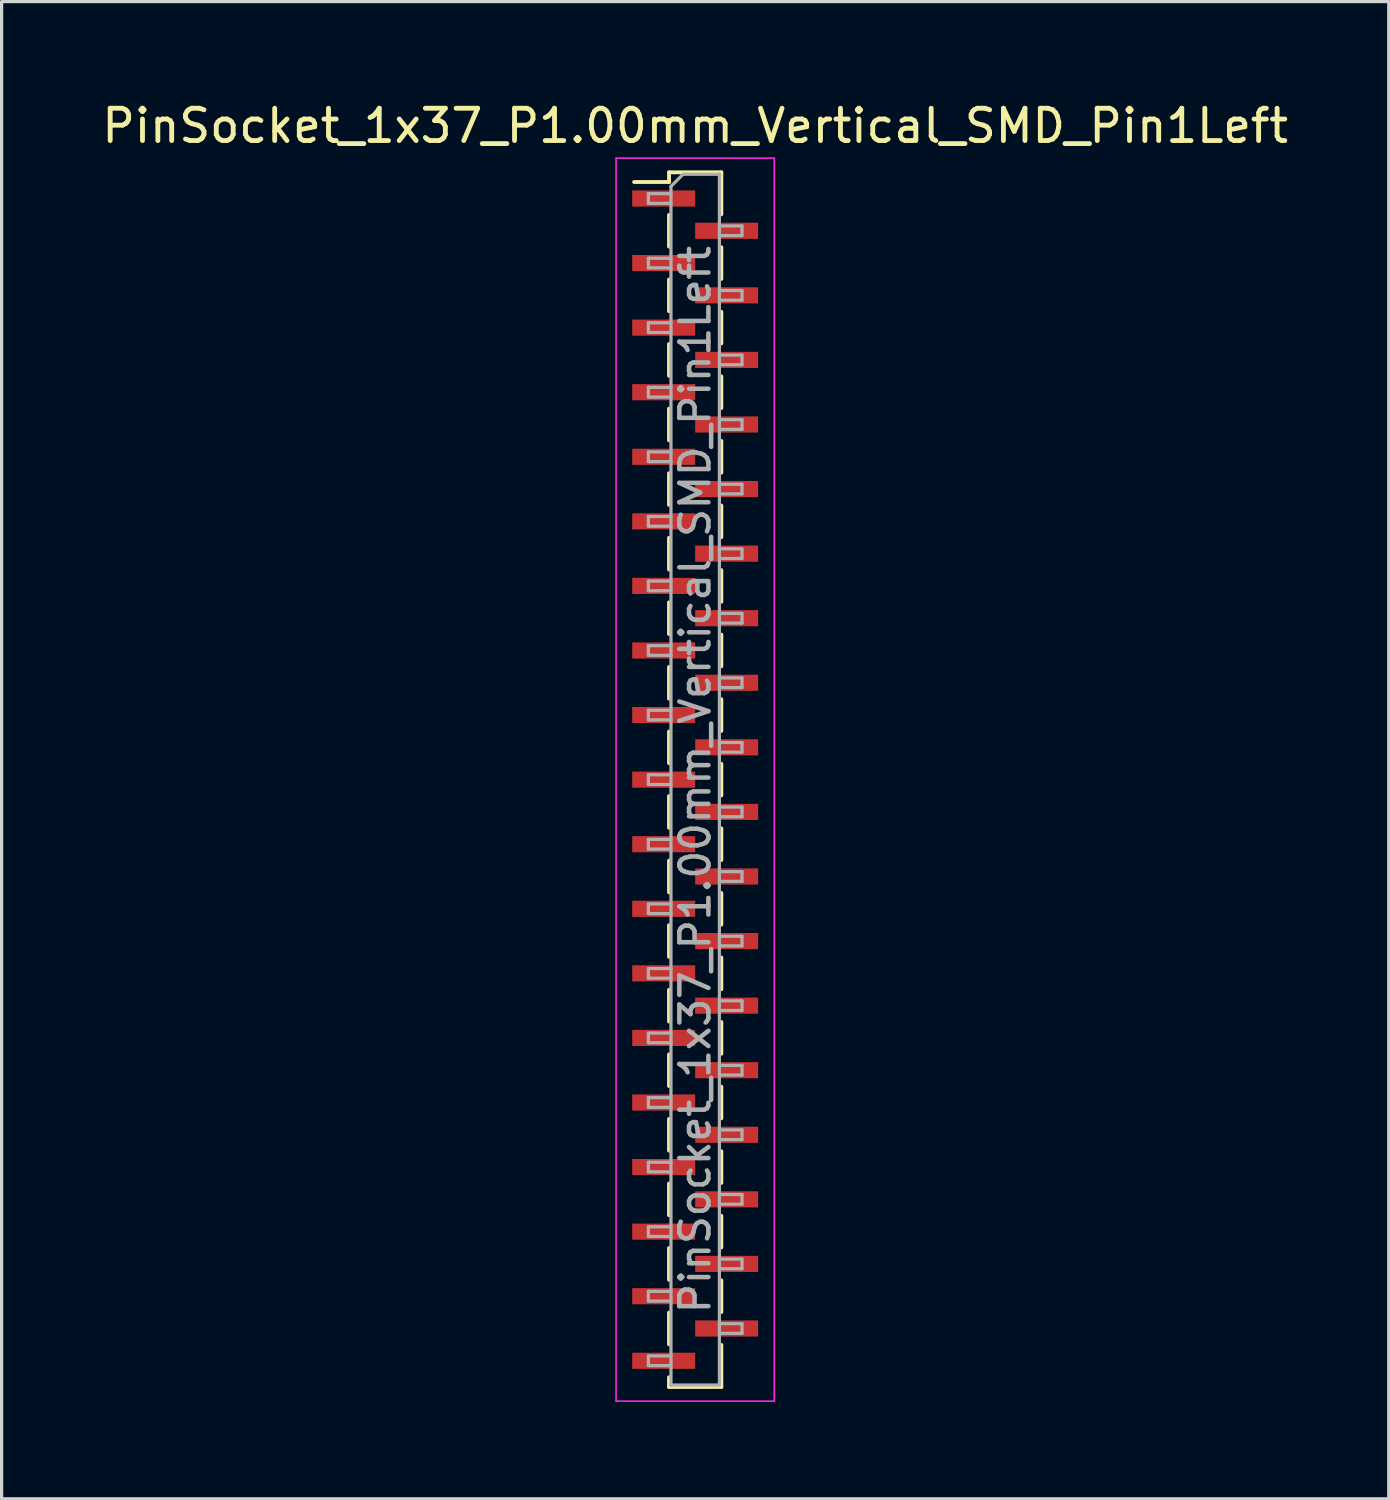
<source format=kicad_pcb>
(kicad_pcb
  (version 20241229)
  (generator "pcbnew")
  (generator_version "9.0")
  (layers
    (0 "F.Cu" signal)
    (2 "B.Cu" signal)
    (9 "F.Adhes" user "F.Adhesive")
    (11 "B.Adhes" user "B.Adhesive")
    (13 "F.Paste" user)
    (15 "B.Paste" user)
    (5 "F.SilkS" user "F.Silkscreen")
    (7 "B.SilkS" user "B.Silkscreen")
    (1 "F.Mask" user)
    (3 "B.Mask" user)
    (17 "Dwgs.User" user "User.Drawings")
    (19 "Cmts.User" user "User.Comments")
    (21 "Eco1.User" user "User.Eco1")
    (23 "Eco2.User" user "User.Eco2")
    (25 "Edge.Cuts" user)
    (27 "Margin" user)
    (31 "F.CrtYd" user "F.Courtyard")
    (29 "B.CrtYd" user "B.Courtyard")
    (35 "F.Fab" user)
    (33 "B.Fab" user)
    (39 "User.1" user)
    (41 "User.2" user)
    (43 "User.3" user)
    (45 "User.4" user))
  (footprint "PinSocket_1x37_P1.00mm_Vertical_SMD_Pin1Left"
    (layer "F.Cu")
    (at 18.482 21.098)
    (property "Reference" "PinSocket_1x37_P1.00mm_Vertical_SMD_Pin1Left" (at 0 -20.25 0) (layer "F.SilkS") (effects (font (size 1 1) (thickness 0.15))))
    (attr smd)
    (fp_line (start -1.89 -18.51) (end -0.81 -18.51) (stroke (width 0.12) (type solid)) (layer "F.SilkS"))
    (fp_line (start -0.81 -18.81) (end -0.81 -18.51) (stroke (width 0.12) (type solid)) (layer "F.SilkS"))
    (fp_line (start -0.81 -18.81) (end 0.81 -18.81) (stroke (width 0.12) (type solid)) (layer "F.SilkS"))
    (fp_line (start -0.81 -17.49) (end -0.81 -16.51) (stroke (width 0.12) (type solid)) (layer "F.SilkS"))
    (fp_line (start -0.81 -15.49) (end -0.81 -14.51) (stroke (width 0.12) (type solid)) (layer "F.SilkS"))
    (fp_line (start -0.81 -13.49) (end -0.81 -12.51) (stroke (width 0.12) (type solid)) (layer "F.SilkS"))
    (fp_line (start -0.81 -11.49) (end -0.81 -10.51) (stroke (width 0.12) (type solid)) (layer "F.SilkS"))
    (fp_line (start -0.81 -9.49) (end -0.81 -8.51) (stroke (width 0.12) (type solid)) (layer "F.SilkS"))
    (fp_line (start -0.81 -7.49) (end -0.81 -6.51) (stroke (width 0.12) (type solid)) (layer "F.SilkS"))
    (fp_line (start -0.81 -5.49) (end -0.81 -4.51) (stroke (width 0.12) (type solid)) (layer "F.SilkS"))
    (fp_line (start -0.81 -3.49) (end -0.81 -2.51) (stroke (width 0.12) (type solid)) (layer "F.SilkS"))
    (fp_line (start -0.81 -1.49) (end -0.81 -0.51) (stroke (width 0.12) (type solid)) (layer "F.SilkS"))
    (fp_line (start -0.81 0.51) (end -0.81 1.49) (stroke (width 0.12) (type solid)) (layer "F.SilkS"))
    (fp_line (start -0.81 2.51) (end -0.81 3.49) (stroke (width 0.12) (type solid)) (layer "F.SilkS"))
    (fp_line (start -0.81 4.51) (end -0.81 5.49) (stroke (width 0.12) (type solid)) (layer "F.SilkS"))
    (fp_line (start -0.81 6.51) (end -0.81 7.49) (stroke (width 0.12) (type solid)) (layer "F.SilkS"))
    (fp_line (start -0.81 8.51) (end -0.81 9.49) (stroke (width 0.12) (type solid)) (layer "F.SilkS"))
    (fp_line (start -0.81 10.51) (end -0.81 11.49) (stroke (width 0.12) (type solid)) (layer "F.SilkS"))
    (fp_line (start -0.81 12.51) (end -0.81 13.49) (stroke (width 0.12) (type solid)) (layer "F.SilkS"))
    (fp_line (start -0.81 14.51) (end -0.81 15.49) (stroke (width 0.12) (type solid)) (layer "F.SilkS"))
    (fp_line (start -0.81 16.51) (end -0.81 17.49) (stroke (width 0.12) (type solid)) (layer "F.SilkS"))
    (fp_line (start -0.81 18.51) (end -0.81 18.81) (stroke (width 0.12) (type solid)) (layer "F.SilkS"))
    (fp_line (start -0.81 18.81) (end 0.81 18.81) (stroke (width 0.12) (type solid)) (layer "F.SilkS"))
    (fp_line (start 0.81 -18.81) (end 0.81 -17.51) (stroke (width 0.12) (type solid)) (layer "F.SilkS"))
    (fp_line (start 0.81 -16.49) (end 0.81 -15.51) (stroke (width 0.12) (type solid)) (layer "F.SilkS"))
    (fp_line (start 0.81 -14.49) (end 0.81 -13.51) (stroke (width 0.12) (type solid)) (layer "F.SilkS"))
    (fp_line (start 0.81 -12.49) (end 0.81 -11.51) (stroke (width 0.12) (type solid)) (layer "F.SilkS"))
    (fp_line (start 0.81 -10.49) (end 0.81 -9.51) (stroke (width 0.12) (type solid)) (layer "F.SilkS"))
    (fp_line (start 0.81 -8.49) (end 0.81 -7.51) (stroke (width 0.12) (type solid)) (layer "F.SilkS"))
    (fp_line (start 0.81 -6.49) (end 0.81 -5.51) (stroke (width 0.12) (type solid)) (layer "F.SilkS"))
    (fp_line (start 0.81 -4.49) (end 0.81 -3.51) (stroke (width 0.12) (type solid)) (layer "F.SilkS"))
    (fp_line (start 0.81 -2.49) (end 0.81 -1.51) (stroke (width 0.12) (type solid)) (layer "F.SilkS"))
    (fp_line (start 0.81 -0.49) (end 0.81 0.49) (stroke (width 0.12) (type solid)) (layer "F.SilkS"))
    (fp_line (start 0.81 1.51) (end 0.81 2.49) (stroke (width 0.12) (type solid)) (layer "F.SilkS"))
    (fp_line (start 0.81 3.51) (end 0.81 4.49) (stroke (width 0.12) (type solid)) (layer "F.SilkS"))
    (fp_line (start 0.81 5.51) (end 0.81 6.49) (stroke (width 0.12) (type solid)) (layer "F.SilkS"))
    (fp_line (start 0.81 7.51) (end 0.81 8.49) (stroke (width 0.12) (type solid)) (layer "F.SilkS"))
    (fp_line (start 0.81 9.51) (end 0.81 10.49) (stroke (width 0.12) (type solid)) (layer "F.SilkS"))
    (fp_line (start 0.81 11.51) (end 0.81 12.49) (stroke (width 0.12) (type solid)) (layer "F.SilkS"))
    (fp_line (start 0.81 13.51) (end 0.81 14.49) (stroke (width 0.12) (type solid)) (layer "F.SilkS"))
    (fp_line (start 0.81 15.51) (end 0.81 16.49) (stroke (width 0.12) (type solid)) (layer "F.SilkS"))
    (fp_line (start 0.81 17.51) (end 0.81 18.81) (stroke (width 0.12) (type solid)) (layer "F.SilkS"))
    (fp_line (start -2.45 -19.25) (end 2.45 -19.25) (stroke (width 0.05) (type solid)) (layer "F.CrtYd"))
    (fp_line (start -2.45 19.25) (end -2.45 -19.25) (stroke (width 0.05) (type solid)) (layer "F.CrtYd"))
    (fp_line (start 2.45 -19.25) (end 2.45 19.25) (stroke (width 0.05) (type solid)) (layer "F.CrtYd"))
    (fp_line (start 2.45 19.25) (end -2.45 19.25) (stroke (width 0.05) (type solid)) (layer "F.CrtYd"))
    (fp_line (start -1.45 -18.15) (end -0.75 -18.15) (stroke (width 0.1) (type solid)) (layer "F.Fab"))
    (fp_line (start -1.45 -17.85) (end -1.45 -18.15) (stroke (width 0.1) (type solid)) (layer "F.Fab"))
    (fp_line (start -1.45 -16.15) (end -0.75 -16.15) (stroke (width 0.1) (type solid)) (layer "F.Fab"))
    (fp_line (start -1.45 -15.85) (end -1.45 -16.15) (stroke (width 0.1) (type solid)) (layer "F.Fab"))
    (fp_line (start -1.45 -14.15) (end -0.75 -14.15) (stroke (width 0.1) (type solid)) (layer "F.Fab"))
    (fp_line (start -1.45 -13.85) (end -1.45 -14.15) (stroke (width 0.1) (type solid)) (layer "F.Fab"))
    (fp_line (start -1.45 -12.15) (end -0.75 -12.15) (stroke (width 0.1) (type solid)) (layer "F.Fab"))
    (fp_line (start -1.45 -11.85) (end -1.45 -12.15) (stroke (width 0.1) (type solid)) (layer "F.Fab"))
    (fp_line (start -1.45 -10.15) (end -0.75 -10.15) (stroke (width 0.1) (type solid)) (layer "F.Fab"))
    (fp_line (start -1.45 -9.85) (end -1.45 -10.15) (stroke (width 0.1) (type solid)) (layer "F.Fab"))
    (fp_line (start -1.45 -8.15) (end -0.75 -8.15) (stroke (width 0.1) (type solid)) (layer "F.Fab"))
    (fp_line (start -1.45 -7.85) (end -1.45 -8.15) (stroke (width 0.1) (type solid)) (layer "F.Fab"))
    (fp_line (start -1.45 -6.15) (end -0.75 -6.15) (stroke (width 0.1) (type solid)) (layer "F.Fab"))
    (fp_line (start -1.45 -5.85) (end -1.45 -6.15) (stroke (width 0.1) (type solid)) (layer "F.Fab"))
    (fp_line (start -1.45 -4.15) (end -0.75 -4.15) (stroke (width 0.1) (type solid)) (layer "F.Fab"))
    (fp_line (start -1.45 -3.85) (end -1.45 -4.15) (stroke (width 0.1) (type solid)) (layer "F.Fab"))
    (fp_line (start -1.45 -2.15) (end -0.75 -2.15) (stroke (width 0.1) (type solid)) (layer "F.Fab"))
    (fp_line (start -1.45 -1.85) (end -1.45 -2.15) (stroke (width 0.1) (type solid)) (layer "F.Fab"))
    (fp_line (start -1.45 -0.15) (end -0.75 -0.15) (stroke (width 0.1) (type solid)) (layer "F.Fab"))
    (fp_line (start -1.45 0.15) (end -1.45 -0.15) (stroke (width 0.1) (type solid)) (layer "F.Fab"))
    (fp_line (start -1.45 1.85) (end -0.75 1.85) (stroke (width 0.1) (type solid)) (layer "F.Fab"))
    (fp_line (start -1.45 2.15) (end -1.45 1.85) (stroke (width 0.1) (type solid)) (layer "F.Fab"))
    (fp_line (start -1.45 3.85) (end -0.75 3.85) (stroke (width 0.1) (type solid)) (layer "F.Fab"))
    (fp_line (start -1.45 4.15) (end -1.45 3.85) (stroke (width 0.1) (type solid)) (layer "F.Fab"))
    (fp_line (start -1.45 5.85) (end -0.75 5.85) (stroke (width 0.1) (type solid)) (layer "F.Fab"))
    (fp_line (start -1.45 6.15) (end -1.45 5.85) (stroke (width 0.1) (type solid)) (layer "F.Fab"))
    (fp_line (start -1.45 7.85) (end -0.75 7.85) (stroke (width 0.1) (type solid)) (layer "F.Fab"))
    (fp_line (start -1.45 8.15) (end -1.45 7.85) (stroke (width 0.1) (type solid)) (layer "F.Fab"))
    (fp_line (start -1.45 9.85) (end -0.75 9.85) (stroke (width 0.1) (type solid)) (layer "F.Fab"))
    (fp_line (start -1.45 10.15) (end -1.45 9.85) (stroke (width 0.1) (type solid)) (layer "F.Fab"))
    (fp_line (start -1.45 11.85) (end -0.75 11.85) (stroke (width 0.1) (type solid)) (layer "F.Fab"))
    (fp_line (start -1.45 12.15) (end -1.45 11.85) (stroke (width 0.1) (type solid)) (layer "F.Fab"))
    (fp_line (start -1.45 13.85) (end -0.75 13.85) (stroke (width 0.1) (type solid)) (layer "F.Fab"))
    (fp_line (start -1.45 14.15) (end -1.45 13.85) (stroke (width 0.1) (type solid)) (layer "F.Fab"))
    (fp_line (start -1.45 15.85) (end -0.75 15.85) (stroke (width 0.1) (type solid)) (layer "F.Fab"))
    (fp_line (start -1.45 16.15) (end -1.45 15.85) (stroke (width 0.1) (type solid)) (layer "F.Fab"))
    (fp_line (start -1.45 17.85) (end -0.75 17.85) (stroke (width 0.1) (type solid)) (layer "F.Fab"))
    (fp_line (start -1.45 18.15) (end -1.45 17.85) (stroke (width 0.1) (type solid)) (layer "F.Fab"))
    (fp_line (start -0.75 -18.375) (end -0.375 -18.75) (stroke (width 0.1) (type solid)) (layer "F.Fab"))
    (fp_line (start -0.75 -17.85) (end -1.45 -17.85) (stroke (width 0.1) (type solid)) (layer "F.Fab"))
    (fp_line (start -0.75 -15.85) (end -1.45 -15.85) (stroke (width 0.1) (type solid)) (layer "F.Fab"))
    (fp_line (start -0.75 -13.85) (end -1.45 -13.85) (stroke (width 0.1) (type solid)) (layer "F.Fab"))
    (fp_line (start -0.75 -11.85) (end -1.45 -11.85) (stroke (width 0.1) (type solid)) (layer "F.Fab"))
    (fp_line (start -0.75 -9.85) (end -1.45 -9.85) (stroke (width 0.1) (type solid)) (layer "F.Fab"))
    (fp_line (start -0.75 -7.85) (end -1.45 -7.85) (stroke (width 0.1) (type solid)) (layer "F.Fab"))
    (fp_line (start -0.75 -5.85) (end -1.45 -5.85) (stroke (width 0.1) (type solid)) (layer "F.Fab"))
    (fp_line (start -0.75 -3.85) (end -1.45 -3.85) (stroke (width 0.1) (type solid)) (layer "F.Fab"))
    (fp_line (start -0.75 -1.85) (end -1.45 -1.85) (stroke (width 0.1) (type solid)) (layer "F.Fab"))
    (fp_line (start -0.75 0.15) (end -1.45 0.15) (stroke (width 0.1) (type solid)) (layer "F.Fab"))
    (fp_line (start -0.75 2.15) (end -1.45 2.15) (stroke (width 0.1) (type solid)) (layer "F.Fab"))
    (fp_line (start -0.75 4.15) (end -1.45 4.15) (stroke (width 0.1) (type solid)) (layer "F.Fab"))
    (fp_line (start -0.75 6.15) (end -1.45 6.15) (stroke (width 0.1) (type solid)) (layer "F.Fab"))
    (fp_line (start -0.75 8.15) (end -1.45 8.15) (stroke (width 0.1) (type solid)) (layer "F.Fab"))
    (fp_line (start -0.75 10.15) (end -1.45 10.15) (stroke (width 0.1) (type solid)) (layer "F.Fab"))
    (fp_line (start -0.75 12.15) (end -1.45 12.15) (stroke (width 0.1) (type solid)) (layer "F.Fab"))
    (fp_line (start -0.75 14.15) (end -1.45 14.15) (stroke (width 0.1) (type solid)) (layer "F.Fab"))
    (fp_line (start -0.75 16.15) (end -1.45 16.15) (stroke (width 0.1) (type solid)) (layer "F.Fab"))
    (fp_line (start -0.75 18.15) (end -1.45 18.15) (stroke (width 0.1) (type solid)) (layer "F.Fab"))
    (fp_line (start -0.75 18.75) (end -0.75 -18.375) (stroke (width 0.1) (type solid)) (layer "F.Fab"))
    (fp_line (start -0.375 -18.75) (end 0.75 -18.75) (stroke (width 0.1) (type solid)) (layer "F.Fab"))
    (fp_line (start 0.75 -18.75) (end 0.75 18.75) (stroke (width 0.1) (type solid)) (layer "F.Fab"))
    (fp_line (start 0.75 -17.15) (end 1.45 -17.15) (stroke (width 0.1) (type solid)) (layer "F.Fab"))
    (fp_line (start 0.75 -15.15) (end 1.45 -15.15) (stroke (width 0.1) (type solid)) (layer "F.Fab"))
    (fp_line (start 0.75 -13.15) (end 1.45 -13.15) (stroke (width 0.1) (type solid)) (layer "F.Fab"))
    (fp_line (start 0.75 -11.15) (end 1.45 -11.15) (stroke (width 0.1) (type solid)) (layer "F.Fab"))
    (fp_line (start 0.75 -9.15) (end 1.45 -9.15) (stroke (width 0.1) (type solid)) (layer "F.Fab"))
    (fp_line (start 0.75 -7.15) (end 1.45 -7.15) (stroke (width 0.1) (type solid)) (layer "F.Fab"))
    (fp_line (start 0.75 -5.15) (end 1.45 -5.15) (stroke (width 0.1) (type solid)) (layer "F.Fab"))
    (fp_line (start 0.75 -3.15) (end 1.45 -3.15) (stroke (width 0.1) (type solid)) (layer "F.Fab"))
    (fp_line (start 0.75 -1.15) (end 1.45 -1.15) (stroke (width 0.1) (type solid)) (layer "F.Fab"))
    (fp_line (start 0.75 0.85) (end 1.45 0.85) (stroke (width 0.1) (type solid)) (layer "F.Fab"))
    (fp_line (start 0.75 2.85) (end 1.45 2.85) (stroke (width 0.1) (type solid)) (layer "F.Fab"))
    (fp_line (start 0.75 4.85) (end 1.45 4.85) (stroke (width 0.1) (type solid)) (layer "F.Fab"))
    (fp_line (start 0.75 6.85) (end 1.45 6.85) (stroke (width 0.1) (type solid)) (layer "F.Fab"))
    (fp_line (start 0.75 8.85) (end 1.45 8.85) (stroke (width 0.1) (type solid)) (layer "F.Fab"))
    (fp_line (start 0.75 10.85) (end 1.45 10.85) (stroke (width 0.1) (type solid)) (layer "F.Fab"))
    (fp_line (start 0.75 12.85) (end 1.45 12.85) (stroke (width 0.1) (type solid)) (layer "F.Fab"))
    (fp_line (start 0.75 14.85) (end 1.45 14.85) (stroke (width 0.1) (type solid)) (layer "F.Fab"))
    (fp_line (start 0.75 16.85) (end 1.45 16.85) (stroke (width 0.1) (type solid)) (layer "F.Fab"))
    (fp_line (start 0.75 18.75) (end -0.75 18.75) (stroke (width 0.1) (type solid)) (layer "F.Fab"))
    (fp_line (start 1.45 -17.15) (end 1.45 -16.85) (stroke (width 0.1) (type solid)) (layer "F.Fab"))
    (fp_line (start 1.45 -16.85) (end 0.75 -16.85) (stroke (width 0.1) (type solid)) (layer "F.Fab"))
    (fp_line (start 1.45 -15.15) (end 1.45 -14.85) (stroke (width 0.1) (type solid)) (layer "F.Fab"))
    (fp_line (start 1.45 -14.85) (end 0.75 -14.85) (stroke (width 0.1) (type solid)) (layer "F.Fab"))
    (fp_line (start 1.45 -13.15) (end 1.45 -12.85) (stroke (width 0.1) (type solid)) (layer "F.Fab"))
    (fp_line (start 1.45 -12.85) (end 0.75 -12.85) (stroke (width 0.1) (type solid)) (layer "F.Fab"))
    (fp_line (start 1.45 -11.15) (end 1.45 -10.85) (stroke (width 0.1) (type solid)) (layer "F.Fab"))
    (fp_line (start 1.45 -10.85) (end 0.75 -10.85) (stroke (width 0.1) (type solid)) (layer "F.Fab"))
    (fp_line (start 1.45 -9.15) (end 1.45 -8.85) (stroke (width 0.1) (type solid)) (layer "F.Fab"))
    (fp_line (start 1.45 -8.85) (end 0.75 -8.85) (stroke (width 0.1) (type solid)) (layer "F.Fab"))
    (fp_line (start 1.45 -7.15) (end 1.45 -6.85) (stroke (width 0.1) (type solid)) (layer "F.Fab"))
    (fp_line (start 1.45 -6.85) (end 0.75 -6.85) (stroke (width 0.1) (type solid)) (layer "F.Fab"))
    (fp_line (start 1.45 -5.15) (end 1.45 -4.85) (stroke (width 0.1) (type solid)) (layer "F.Fab"))
    (fp_line (start 1.45 -4.85) (end 0.75 -4.85) (stroke (width 0.1) (type solid)) (layer "F.Fab"))
    (fp_line (start 1.45 -3.15) (end 1.45 -2.85) (stroke (width 0.1) (type solid)) (layer "F.Fab"))
    (fp_line (start 1.45 -2.85) (end 0.75 -2.85) (stroke (width 0.1) (type solid)) (layer "F.Fab"))
    (fp_line (start 1.45 -1.15) (end 1.45 -0.85) (stroke (width 0.1) (type solid)) (layer "F.Fab"))
    (fp_line (start 1.45 -0.85) (end 0.75 -0.85) (stroke (width 0.1) (type solid)) (layer "F.Fab"))
    (fp_line (start 1.45 0.85) (end 1.45 1.15) (stroke (width 0.1) (type solid)) (layer "F.Fab"))
    (fp_line (start 1.45 1.15) (end 0.75 1.15) (stroke (width 0.1) (type solid)) (layer "F.Fab"))
    (fp_line (start 1.45 2.85) (end 1.45 3.15) (stroke (width 0.1) (type solid)) (layer "F.Fab"))
    (fp_line (start 1.45 3.15) (end 0.75 3.15) (stroke (width 0.1) (type solid)) (layer "F.Fab"))
    (fp_line (start 1.45 4.85) (end 1.45 5.15) (stroke (width 0.1) (type solid)) (layer "F.Fab"))
    (fp_line (start 1.45 5.15) (end 0.75 5.15) (stroke (width 0.1) (type solid)) (layer "F.Fab"))
    (fp_line (start 1.45 6.85) (end 1.45 7.15) (stroke (width 0.1) (type solid)) (layer "F.Fab"))
    (fp_line (start 1.45 7.15) (end 0.75 7.15) (stroke (width 0.1) (type solid)) (layer "F.Fab"))
    (fp_line (start 1.45 8.85) (end 1.45 9.15) (stroke (width 0.1) (type solid)) (layer "F.Fab"))
    (fp_line (start 1.45 9.15) (end 0.75 9.15) (stroke (width 0.1) (type solid)) (layer "F.Fab"))
    (fp_line (start 1.45 10.85) (end 1.45 11.15) (stroke (width 0.1) (type solid)) (layer "F.Fab"))
    (fp_line (start 1.45 11.15) (end 0.75 11.15) (stroke (width 0.1) (type solid)) (layer "F.Fab"))
    (fp_line (start 1.45 12.85) (end 1.45 13.15) (stroke (width 0.1) (type solid)) (layer "F.Fab"))
    (fp_line (start 1.45 13.15) (end 0.75 13.15) (stroke (width 0.1) (type solid)) (layer "F.Fab"))
    (fp_line (start 1.45 14.85) (end 1.45 15.15) (stroke (width 0.1) (type solid)) (layer "F.Fab"))
    (fp_line (start 1.45 15.15) (end 0.75 15.15) (stroke (width 0.1) (type solid)) (layer "F.Fab"))
    (fp_line (start 1.45 16.85) (end 1.45 17.15) (stroke (width 0.1) (type solid)) (layer "F.Fab"))
    (fp_line (start 1.45 17.15) (end 0.75 17.15) (stroke (width 0.1) (type solid)) (layer "F.Fab"))
    (fp_text user "${REFERENCE}" (at 0 0 90) (layer "F.Fab") (effects (font (size 0.9 0.9) (thickness 0.14))))
    (pad "1" smd rect (at -0.975 -18) (size 1.95 0.5) (layers "F.Cu" "F.Mask" "F.Paste"))
    (pad "2" smd rect (at 0.975 -17) (size 1.95 0.5) (layers "F.Cu" "F.Mask" "F.Paste"))
    (pad "3" smd rect (at -0.975 -16) (size 1.95 0.5) (layers "F.Cu" "F.Mask" "F.Paste"))
    (pad "4" smd rect (at 0.975 -15) (size 1.95 0.5) (layers "F.Cu" "F.Mask" "F.Paste"))
    (pad "5" smd rect (at -0.975 -14) (size 1.95 0.5) (layers "F.Cu" "F.Mask" "F.Paste"))
    (pad "6" smd rect (at 0.975 -13) (size 1.95 0.5) (layers "F.Cu" "F.Mask" "F.Paste"))
    (pad "7" smd rect (at -0.975 -12) (size 1.95 0.5) (layers "F.Cu" "F.Mask" "F.Paste"))
    (pad "8" smd rect (at 0.975 -11) (size 1.95 0.5) (layers "F.Cu" "F.Mask" "F.Paste"))
    (pad "9" smd rect (at -0.975 -10) (size 1.95 0.5) (layers "F.Cu" "F.Mask" "F.Paste"))
    (pad "10" smd rect (at 0.975 -9) (size 1.95 0.5) (layers "F.Cu" "F.Mask" "F.Paste"))
    (pad "11" smd rect (at -0.975 -8) (size 1.95 0.5) (layers "F.Cu" "F.Mask" "F.Paste"))
    (pad "12" smd rect (at 0.975 -7) (size 1.95 0.5) (layers "F.Cu" "F.Mask" "F.Paste"))
    (pad "13" smd rect (at -0.975 -6) (size 1.95 0.5) (layers "F.Cu" "F.Mask" "F.Paste"))
    (pad "14" smd rect (at 0.975 -5) (size 1.95 0.5) (layers "F.Cu" "F.Mask" "F.Paste"))
    (pad "15" smd rect (at -0.975 -4) (size 1.95 0.5) (layers "F.Cu" "F.Mask" "F.Paste"))
    (pad "16" smd rect (at 0.975 -3) (size 1.95 0.5) (layers "F.Cu" "F.Mask" "F.Paste"))
    (pad "17" smd rect (at -0.975 -2) (size 1.95 0.5) (layers "F.Cu" "F.Mask" "F.Paste"))
    (pad "18" smd rect (at 0.975 -1) (size 1.95 0.5) (layers "F.Cu" "F.Mask" "F.Paste"))
    (pad "19" smd rect (at -0.975 0) (size 1.95 0.5) (layers "F.Cu" "F.Mask" "F.Paste"))
    (pad "20" smd rect (at 0.975 1) (size 1.95 0.5) (layers "F.Cu" "F.Mask" "F.Paste"))
    (pad "21" smd rect (at -0.975 2) (size 1.95 0.5) (layers "F.Cu" "F.Mask" "F.Paste"))
    (pad "22" smd rect (at 0.975 3) (size 1.95 0.5) (layers "F.Cu" "F.Mask" "F.Paste"))
    (pad "23" smd rect (at -0.975 4) (size 1.95 0.5) (layers "F.Cu" "F.Mask" "F.Paste"))
    (pad "24" smd rect (at 0.975 5) (size 1.95 0.5) (layers "F.Cu" "F.Mask" "F.Paste"))
    (pad "25" smd rect (at -0.975 6) (size 1.95 0.5) (layers "F.Cu" "F.Mask" "F.Paste"))
    (pad "26" smd rect (at 0.975 7) (size 1.95 0.5) (layers "F.Cu" "F.Mask" "F.Paste"))
    (pad "27" smd rect (at -0.975 8) (size 1.95 0.5) (layers "F.Cu" "F.Mask" "F.Paste"))
    (pad "28" smd rect (at 0.975 9) (size 1.95 0.5) (layers "F.Cu" "F.Mask" "F.Paste"))
    (pad "29" smd rect (at -0.975 10) (size 1.95 0.5) (layers "F.Cu" "F.Mask" "F.Paste"))
    (pad "30" smd rect (at 0.975 11) (size 1.95 0.5) (layers "F.Cu" "F.Mask" "F.Paste"))
    (pad "31" smd rect (at -0.975 12) (size 1.95 0.5) (layers "F.Cu" "F.Mask" "F.Paste"))
    (pad "32" smd rect (at 0.975 13) (size 1.95 0.5) (layers "F.Cu" "F.Mask" "F.Paste"))
    (pad "33" smd rect (at -0.975 14) (size 1.95 0.5) (layers "F.Cu" "F.Mask" "F.Paste"))
    (pad "34" smd rect (at 0.975 15) (size 1.95 0.5) (layers "F.Cu" "F.Mask" "F.Paste"))
    (pad "35" smd rect (at -0.975 16) (size 1.95 0.5) (layers "F.Cu" "F.Mask" "F.Paste"))
    (pad "36" smd rect (at 0.975 17) (size 1.95 0.5) (layers "F.Cu" "F.Mask" "F.Paste"))
    (pad "37" smd rect (at -0.975 18) (size 1.95 0.5) (layers "F.Cu" "F.Mask" "F.Paste")))
  (gr_rect
    (start -3 -3)
    (end 39.964 43.373)
    (stroke (width 0.1) (type default))
    (fill no)
    (layer "Edge.Cuts")))
</source>
